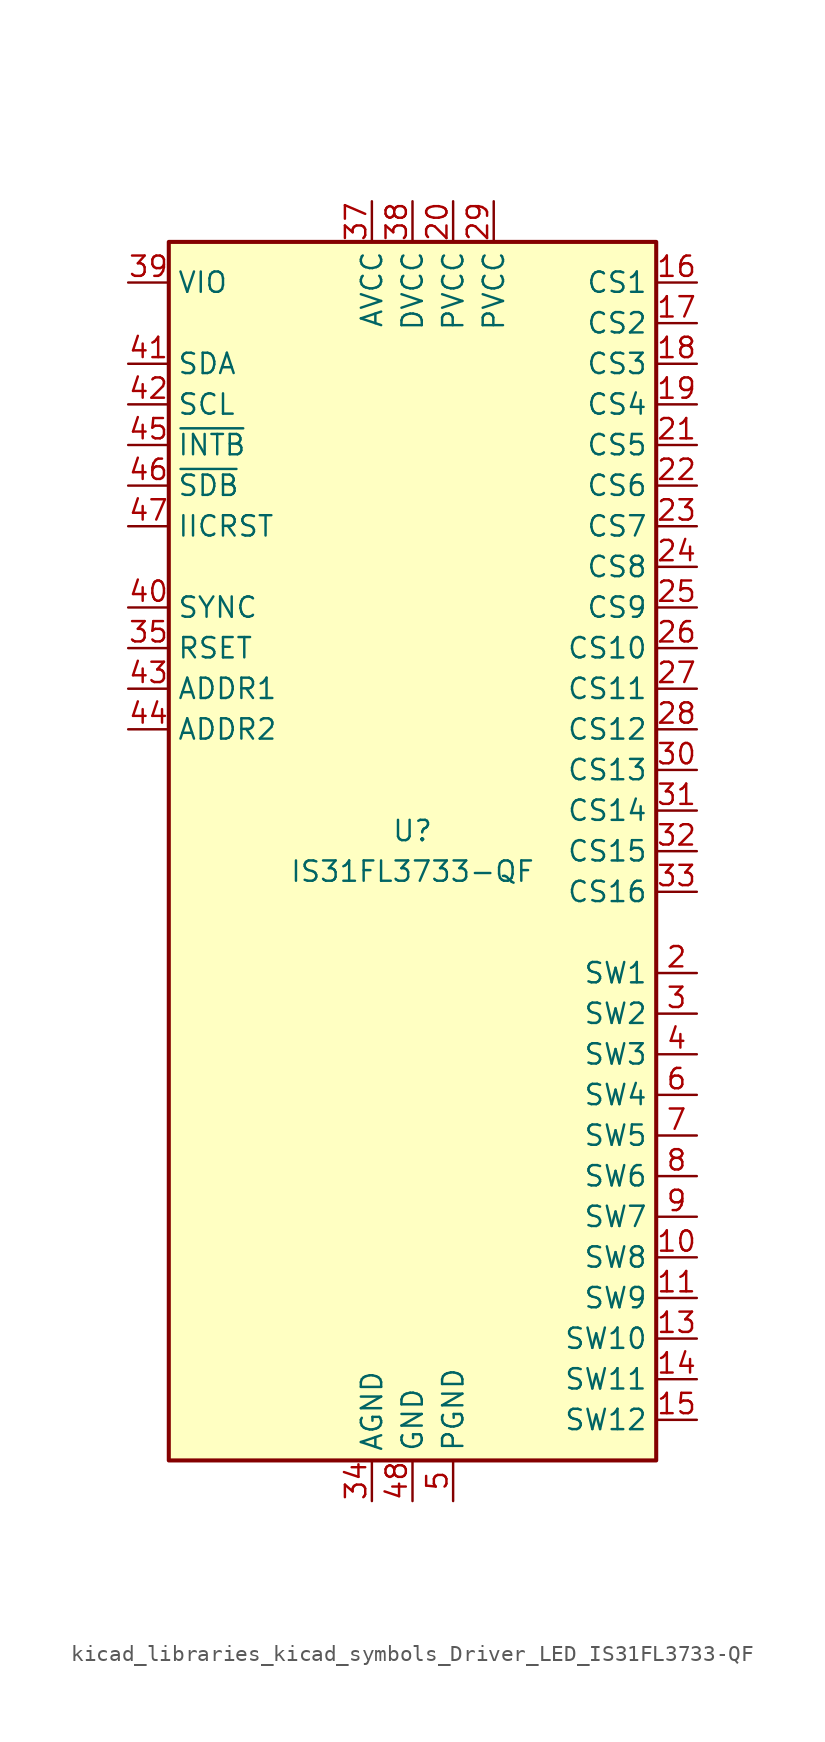
<source format=kicad_sym>
(kicad_symbol_lib
  (version 20220914)
  (generator kicad_symbol_editor)
  (symbol "kicad_libraries_kicad_symbols_Driver_LED_IS31FL3733-QF"
    (property "Reference" "U"
      (at 0 1.27 0)
      (effects (font (size 1.27 1.27))))
    (property "Value" "IS31FL3733-QF"
      (at 0 -1.27 0)
      (effects (font (size 1.27 1.27))))
    (symbol "kicad_libraries_kicad_symbols_Driver_LED_IS31FL3733-QF_0_1"
      (rectangle (start -15.24 38.1) (end 15.24 -38.1) (stroke (width 0.254) (type default)) (fill (type background))))
    (symbol "kicad_libraries_kicad_symbols_Driver_LED_IS31FL3733-QF_1_1"
      (pin no_connect line (at -15.24 -33.02 0) (length 2.54) hide (name "NC" (effects (font (size 1.27 1.27)))) (number "1" (effects (font (size 1.27 1.27)))))
      (pin input line (at 17.78 -25.4 180) (length 2.54) (name "SW8" (effects (font (size 1.27 1.27)))) (number "10" (effects (font (size 1.27 1.27)))))
      (pin input line (at 17.78 -27.94 180) (length 2.54) (name "SW9" (effects (font (size 1.27 1.27)))) (number "11" (effects (font (size 1.27 1.27)))))
      (pin passive line (at 2.54 -40.64 90) (length 2.54) hide (name "PGND" (effects (font (size 1.27 1.27)))) (number "12" (effects (font (size 1.27 1.27)))))
      (pin input line (at 17.78 -30.48 180) (length 2.54) (name "SW10" (effects (font (size 1.27 1.27)))) (number "13" (effects (font (size 1.27 1.27)))))
      (pin input line (at 17.78 -33.02 180) (length 2.54) (name "SW11" (effects (font (size 1.27 1.27)))) (number "14" (effects (font (size 1.27 1.27)))))
      (pin input line (at 17.78 -35.56 180) (length 2.54) (name "SW12" (effects (font (size 1.27 1.27)))) (number "15" (effects (font (size 1.27 1.27)))))
      (pin output line (at 17.78 35.56 180) (length 2.54) (name "CS1" (effects (font (size 1.27 1.27)))) (number "16" (effects (font (size 1.27 1.27)))))
      (pin output line (at 17.78 33.02 180) (length 2.54) (name "CS2" (effects (font (size 1.27 1.27)))) (number "17" (effects (font (size 1.27 1.27)))))
      (pin output line (at 17.78 30.48 180) (length 2.54) (name "CS3" (effects (font (size 1.27 1.27)))) (number "18" (effects (font (size 1.27 1.27)))))
      (pin output line (at 17.78 27.94 180) (length 2.54) (name "CS4" (effects (font (size 1.27 1.27)))) (number "19" (effects (font (size 1.27 1.27)))))
      (pin input line (at 17.78 -7.62 180) (length 2.54) (name "SW1" (effects (font (size 1.27 1.27)))) (number "2" (effects (font (size 1.27 1.27)))))
      (pin power_in line (at 2.54 40.64 270) (length 2.54) (name "PVCC" (effects (font (size 1.27 1.27)))) (number "20" (effects (font (size 1.27 1.27)))))
      (pin output line (at 17.78 25.4 180) (length 2.54) (name "CS5" (effects (font (size 1.27 1.27)))) (number "21" (effects (font (size 1.27 1.27)))))
      (pin output line (at 17.78 22.86 180) (length 2.54) (name "CS6" (effects (font (size 1.27 1.27)))) (number "22" (effects (font (size 1.27 1.27)))))
      (pin output line (at 17.78 20.32 180) (length 2.54) (name "CS7" (effects (font (size 1.27 1.27)))) (number "23" (effects (font (size 1.27 1.27)))))
      (pin output line (at 17.78 17.78 180) (length 2.54) (name "CS8" (effects (font (size 1.27 1.27)))) (number "24" (effects (font (size 1.27 1.27)))))
      (pin output line (at 17.78 15.24 180) (length 2.54) (name "CS9" (effects (font (size 1.27 1.27)))) (number "25" (effects (font (size 1.27 1.27)))))
      (pin output line (at 17.78 12.7 180) (length 2.54) (name "CS10" (effects (font (size 1.27 1.27)))) (number "26" (effects (font (size 1.27 1.27)))))
      (pin output line (at 17.78 10.16 180) (length 2.54) (name "CS11" (effects (font (size 1.27 1.27)))) (number "27" (effects (font (size 1.27 1.27)))))
      (pin output line (at 17.78 7.62 180) (length 2.54) (name "CS12" (effects (font (size 1.27 1.27)))) (number "28" (effects (font (size 1.27 1.27)))))
      (pin power_in line (at 5.08 40.64 270) (length 2.54) (name "PVCC" (effects (font (size 1.27 1.27)))) (number "29" (effects (font (size 1.27 1.27)))))
      (pin input line (at 17.78 -10.16 180) (length 2.54) (name "SW2" (effects (font (size 1.27 1.27)))) (number "3" (effects (font (size 1.27 1.27)))))
      (pin output line (at 17.78 5.08 180) (length 2.54) (name "CS13" (effects (font (size 1.27 1.27)))) (number "30" (effects (font (size 1.27 1.27)))))
      (pin output line (at 17.78 2.54 180) (length 2.54) (name "CS14" (effects (font (size 1.27 1.27)))) (number "31" (effects (font (size 1.27 1.27)))))
      (pin output line (at 17.78 0 180) (length 2.54) (name "CS15" (effects (font (size 1.27 1.27)))) (number "32" (effects (font (size 1.27 1.27)))))
      (pin output line (at 17.78 -2.54 180) (length 2.54) (name "CS16" (effects (font (size 1.27 1.27)))) (number "33" (effects (font (size 1.27 1.27)))))
      (pin power_in line (at -2.54 -40.64 90) (length 2.54) (name "AGND" (effects (font (size 1.27 1.27)))) (number "34" (effects (font (size 1.27 1.27)))))
      (pin passive line (at -17.78 12.7 0) (length 2.54) (name "RSET" (effects (font (size 1.27 1.27)))) (number "35" (effects (font (size 1.27 1.27)))))
      (pin no_connect line (at -15.24 -35.56 0) (length 2.54) hide (name "NC" (effects (font (size 1.27 1.27)))) (number "36" (effects (font (size 1.27 1.27)))))
      (pin power_in line (at -2.54 40.64 270) (length 2.54) (name "AVCC" (effects (font (size 1.27 1.27)))) (number "37" (effects (font (size 1.27 1.27)))))
      (pin power_in line (at 0 40.64 270) (length 2.54) (name "DVCC" (effects (font (size 1.27 1.27)))) (number "38" (effects (font (size 1.27 1.27)))))
      (pin input line (at -17.78 35.56 0) (length 2.54) (name "VIO" (effects (font (size 1.27 1.27)))) (number "39" (effects (font (size 1.27 1.27)))))
      (pin input line (at 17.78 -12.7 180) (length 2.54) (name "SW3" (effects (font (size 1.27 1.27)))) (number "4" (effects (font (size 1.27 1.27)))))
      (pin input line (at -17.78 15.24 0) (length 2.54) (name "SYNC" (effects (font (size 1.27 1.27)))) (number "40" (effects (font (size 1.27 1.27)))))
      (pin bidirectional line (at -17.78 30.48 0) (length 2.54) (name "SDA" (effects (font (size 1.27 1.27)))) (number "41" (effects (font (size 1.27 1.27)))))
      (pin input line (at -17.78 27.94 0) (length 2.54) (name "SCL" (effects (font (size 1.27 1.27)))) (number "42" (effects (font (size 1.27 1.27)))))
      (pin input line (at -17.78 10.16 0) (length 2.54) (name "ADDR1" (effects (font (size 1.27 1.27)))) (number "43" (effects (font (size 1.27 1.27)))))
      (pin input line (at -17.78 7.62 0) (length 2.54) (name "ADDR2" (effects (font (size 1.27 1.27)))) (number "44" (effects (font (size 1.27 1.27)))))
      (pin open_collector line (at -17.78 25.4 0) (length 2.54) (name "~{INTB}" (effects (font (size 1.27 1.27)))) (number "45" (effects (font (size 1.27 1.27)))))
      (pin input line (at -17.78 22.86 0) (length 2.54) (name "~{SDB}" (effects (font (size 1.27 1.27)))) (number "46" (effects (font (size 1.27 1.27)))))
      (pin input line (at -17.78 20.32 0) (length 2.54) (name "IICRST" (effects (font (size 1.27 1.27)))) (number "47" (effects (font (size 1.27 1.27)))))
      (pin power_in line (at 0 -40.64 90) (length 2.54) (name "GND" (effects (font (size 1.27 1.27)))) (number "48" (effects (font (size 1.27 1.27)))))
      (pin passive line (at 0 -40.64 90) (length 2.54) hide (name "GND" (effects (font (size 1.27 1.27)))) (number "49" (effects (font (size 1.27 1.27)))))
      (pin power_in line (at 2.54 -40.64 90) (length 2.54) (name "PGND" (effects (font (size 1.27 1.27)))) (number "5" (effects (font (size 1.27 1.27)))))
      (pin input line (at 17.78 -15.24 180) (length 2.54) (name "SW4" (effects (font (size 1.27 1.27)))) (number "6" (effects (font (size 1.27 1.27)))))
      (pin input line (at 17.78 -17.78 180) (length 2.54) (name "SW5" (effects (font (size 1.27 1.27)))) (number "7" (effects (font (size 1.27 1.27)))))
      (pin input line (at 17.78 -20.32 180) (length 2.54) (name "SW6" (effects (font (size 1.27 1.27)))) (number "8" (effects (font (size 1.27 1.27)))))
      (pin input line (at 17.78 -22.86 180) (length 2.54) (name "SW7" (effects (font (size 1.27 1.27)))) (number "9" (effects (font (size 1.27 1.27))))))))
</source>
